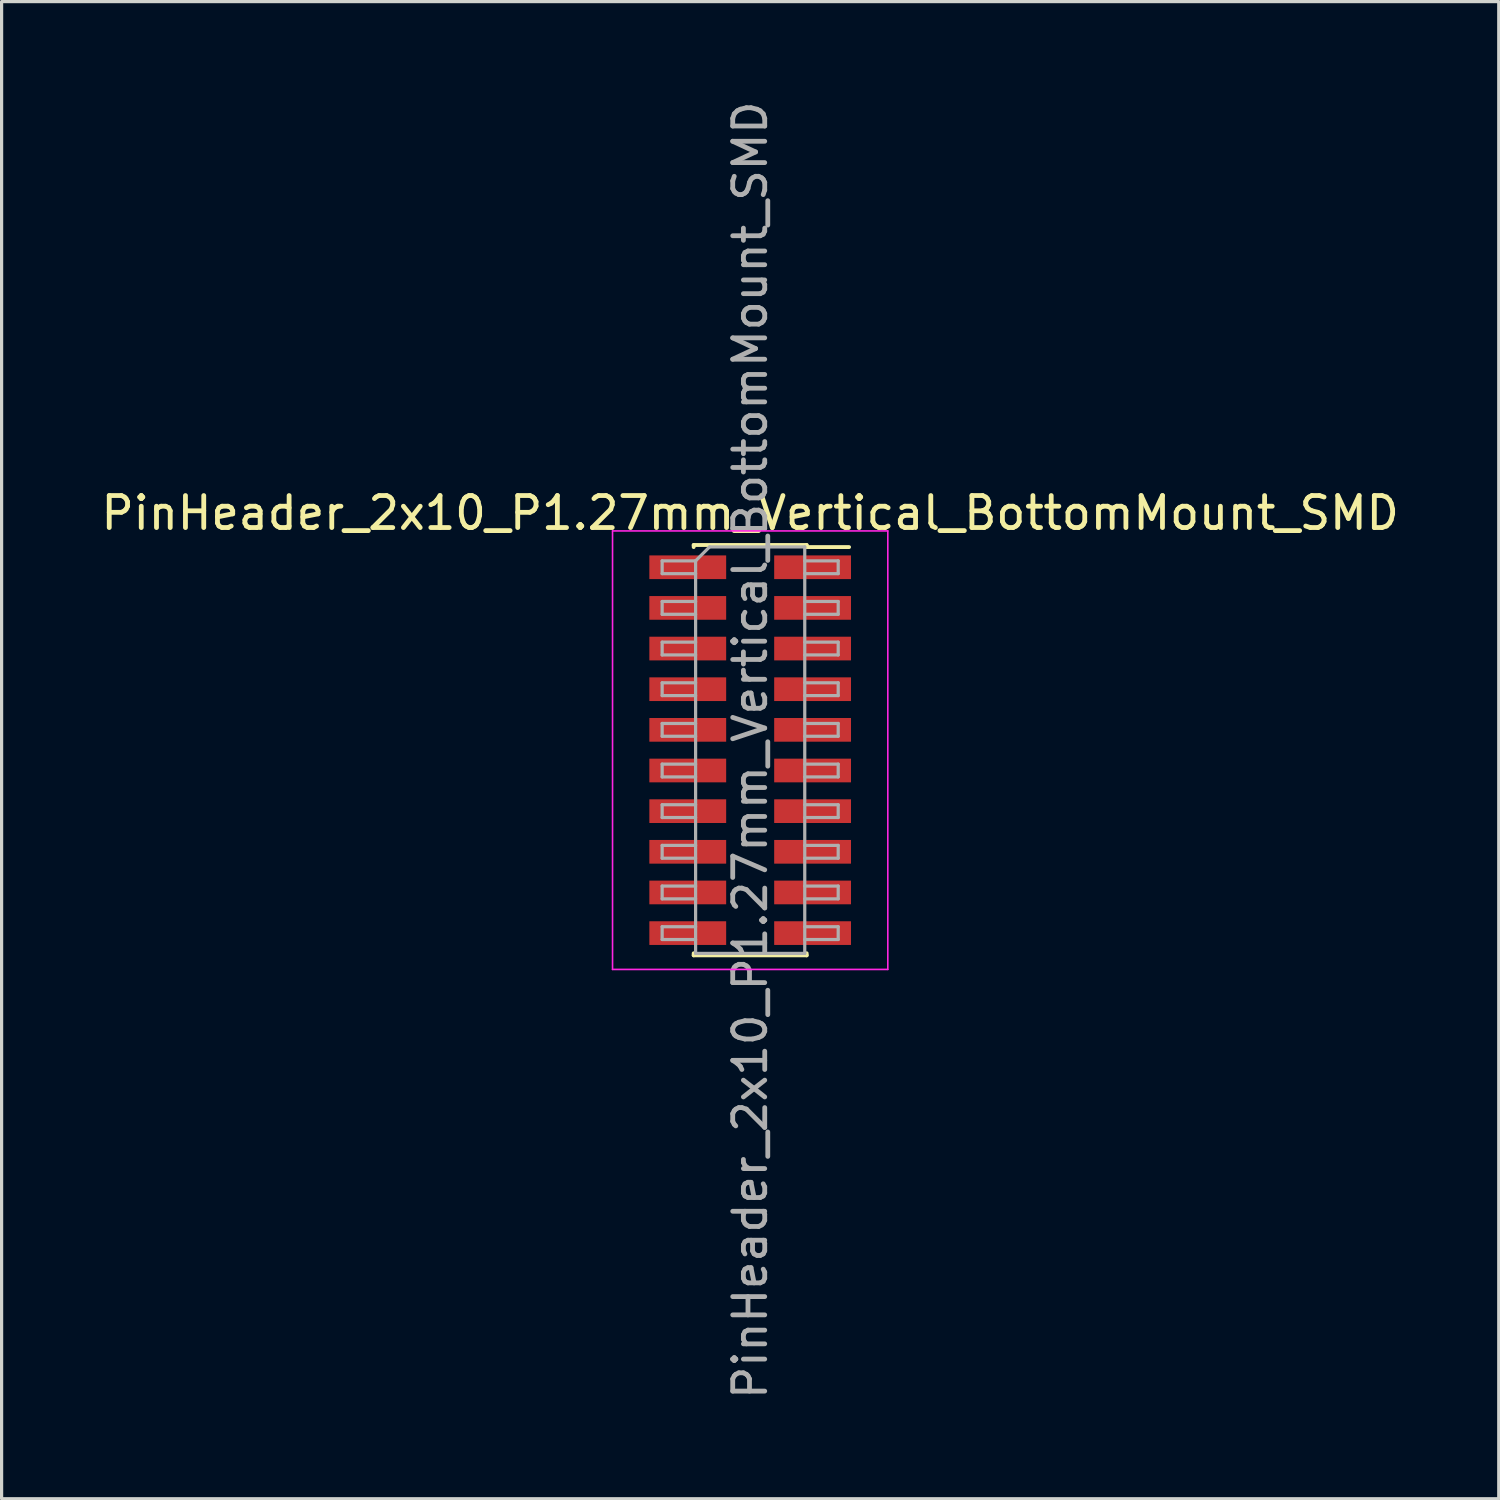
<source format=kicad_pcb>
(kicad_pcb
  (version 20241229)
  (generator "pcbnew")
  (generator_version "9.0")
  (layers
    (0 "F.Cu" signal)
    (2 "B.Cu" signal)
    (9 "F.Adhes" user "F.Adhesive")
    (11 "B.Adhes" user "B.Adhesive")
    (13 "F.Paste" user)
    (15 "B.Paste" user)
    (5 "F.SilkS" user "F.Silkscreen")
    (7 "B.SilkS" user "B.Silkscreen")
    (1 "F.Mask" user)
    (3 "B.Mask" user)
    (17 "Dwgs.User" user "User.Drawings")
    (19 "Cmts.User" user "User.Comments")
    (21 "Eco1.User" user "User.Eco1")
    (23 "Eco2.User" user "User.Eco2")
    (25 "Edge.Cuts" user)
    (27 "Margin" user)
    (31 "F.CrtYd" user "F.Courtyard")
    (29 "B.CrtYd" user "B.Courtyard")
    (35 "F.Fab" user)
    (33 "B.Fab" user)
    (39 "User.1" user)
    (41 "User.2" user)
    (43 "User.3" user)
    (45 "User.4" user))
  (footprint "PinHeader_2x10_P1.27mm_Vertical_BottomMount_SMD"
    (layer "F.Cu")
    (at 20.387 20.387)
    (property "Reference" "PinHeader_2x10_P1.27mm_Vertical_BottomMount_SMD" (at 0 -7.41 0) (layer "F.SilkS") (effects (font (size 1 1) (thickness 0.15))))
    (attr smd)
    (fp_line (start -1.765 -6.41) (end -1.765 -6.345) (stroke (width 0.12) (type solid)) (layer "F.SilkS"))
    (fp_line (start -1.765 -6.41) (end 1.765 -6.41) (stroke (width 0.12) (type solid)) (layer "F.SilkS"))
    (fp_line (start -1.765 6.345) (end -1.765 6.41) (stroke (width 0.12) (type solid)) (layer "F.SilkS"))
    (fp_line (start -1.765 6.41) (end 1.765 6.41) (stroke (width 0.12) (type solid)) (layer "F.SilkS"))
    (fp_line (start 1.765 -6.41) (end 1.765 -6.345) (stroke (width 0.12) (type solid)) (layer "F.SilkS"))
    (fp_line (start 1.765 -6.345) (end 3.09 -6.345) (stroke (width 0.12) (type solid)) (layer "F.SilkS"))
    (fp_line (start 1.765 6.345) (end 1.765 6.41) (stroke (width 0.12) (type solid)) (layer "F.SilkS"))
    (fp_line (start -4.3 -6.85) (end -4.3 6.85) (stroke (width 0.05) (type solid)) (layer "F.CrtYd"))
    (fp_line (start -4.3 6.85) (end 4.3 6.85) (stroke (width 0.05) (type solid)) (layer "F.CrtYd"))
    (fp_line (start 4.3 -6.85) (end -4.3 -6.85) (stroke (width 0.05) (type solid)) (layer "F.CrtYd"))
    (fp_line (start 4.3 6.85) (end 4.3 -6.85) (stroke (width 0.05) (type solid)) (layer "F.CrtYd"))
    (fp_line (start -2.75 -5.915) (end -2.75 -5.515) (stroke (width 0.1) (type solid)) (layer "F.Fab"))
    (fp_line (start -2.75 -5.515) (end -1.705 -5.515) (stroke (width 0.1) (type solid)) (layer "F.Fab"))
    (fp_line (start -2.75 -4.645) (end -2.75 -4.245) (stroke (width 0.1) (type solid)) (layer "F.Fab"))
    (fp_line (start -2.75 -4.245) (end -1.705 -4.245) (stroke (width 0.1) (type solid)) (layer "F.Fab"))
    (fp_line (start -2.75 -3.375) (end -2.75 -2.975) (stroke (width 0.1) (type solid)) (layer "F.Fab"))
    (fp_line (start -2.75 -2.975) (end -1.705 -2.975) (stroke (width 0.1) (type solid)) (layer "F.Fab"))
    (fp_line (start -2.75 -2.105) (end -2.75 -1.705) (stroke (width 0.1) (type solid)) (layer "F.Fab"))
    (fp_line (start -2.75 -1.705) (end -1.705 -1.705) (stroke (width 0.1) (type solid)) (layer "F.Fab"))
    (fp_line (start -2.75 -0.835) (end -2.75 -0.435) (stroke (width 0.1) (type solid)) (layer "F.Fab"))
    (fp_line (start -2.75 -0.435) (end -1.705 -0.435) (stroke (width 0.1) (type solid)) (layer "F.Fab"))
    (fp_line (start -2.75 0.435) (end -2.75 0.835) (stroke (width 0.1) (type solid)) (layer "F.Fab"))
    (fp_line (start -2.75 0.835) (end -1.705 0.835) (stroke (width 0.1) (type solid)) (layer "F.Fab"))
    (fp_line (start -2.75 1.705) (end -2.75 2.105) (stroke (width 0.1) (type solid)) (layer "F.Fab"))
    (fp_line (start -2.75 2.105) (end -1.705 2.105) (stroke (width 0.1) (type solid)) (layer "F.Fab"))
    (fp_line (start -2.75 2.975) (end -2.75 3.375) (stroke (width 0.1) (type solid)) (layer "F.Fab"))
    (fp_line (start -2.75 3.375) (end -1.705 3.375) (stroke (width 0.1) (type solid)) (layer "F.Fab"))
    (fp_line (start -2.75 4.245) (end -2.75 4.645) (stroke (width 0.1) (type solid)) (layer "F.Fab"))
    (fp_line (start -2.75 4.645) (end -1.705 4.645) (stroke (width 0.1) (type solid)) (layer "F.Fab"))
    (fp_line (start -2.75 5.515) (end -2.75 5.915) (stroke (width 0.1) (type solid)) (layer "F.Fab"))
    (fp_line (start -2.75 5.915) (end -1.705 5.915) (stroke (width 0.1) (type solid)) (layer "F.Fab"))
    (fp_line (start -1.705 -5.915) (end -2.75 -5.915) (stroke (width 0.1) (type solid)) (layer "F.Fab"))
    (fp_line (start -1.705 -5.915) (end -1.27 -6.35) (stroke (width 0.1) (type solid)) (layer "F.Fab"))
    (fp_line (start -1.705 -4.645) (end -2.75 -4.645) (stroke (width 0.1) (type solid)) (layer "F.Fab"))
    (fp_line (start -1.705 -3.375) (end -2.75 -3.375) (stroke (width 0.1) (type solid)) (layer "F.Fab"))
    (fp_line (start -1.705 -2.105) (end -2.75 -2.105) (stroke (width 0.1) (type solid)) (layer "F.Fab"))
    (fp_line (start -1.705 -0.835) (end -2.75 -0.835) (stroke (width 0.1) (type solid)) (layer "F.Fab"))
    (fp_line (start -1.705 0.435) (end -2.75 0.435) (stroke (width 0.1) (type solid)) (layer "F.Fab"))
    (fp_line (start -1.705 1.705) (end -2.75 1.705) (stroke (width 0.1) (type solid)) (layer "F.Fab"))
    (fp_line (start -1.705 2.975) (end -2.75 2.975) (stroke (width 0.1) (type solid)) (layer "F.Fab"))
    (fp_line (start -1.705 4.245) (end -2.75 4.245) (stroke (width 0.1) (type solid)) (layer "F.Fab"))
    (fp_line (start -1.705 5.515) (end -2.75 5.515) (stroke (width 0.1) (type solid)) (layer "F.Fab"))
    (fp_line (start -1.705 6.35) (end -1.705 -5.915) (stroke (width 0.1) (type solid)) (layer "F.Fab"))
    (fp_line (start -1.27 -6.35) (end 1.705 -6.35) (stroke (width 0.1) (type solid)) (layer "F.Fab"))
    (fp_line (start 1.705 -6.35) (end 1.705 6.35) (stroke (width 0.1) (type solid)) (layer "F.Fab"))
    (fp_line (start 1.705 -5.915) (end 2.75 -5.915) (stroke (width 0.1) (type solid)) (layer "F.Fab"))
    (fp_line (start 1.705 -4.645) (end 2.75 -4.645) (stroke (width 0.1) (type solid)) (layer "F.Fab"))
    (fp_line (start 1.705 -3.375) (end 2.75 -3.375) (stroke (width 0.1) (type solid)) (layer "F.Fab"))
    (fp_line (start 1.705 -2.105) (end 2.75 -2.105) (stroke (width 0.1) (type solid)) (layer "F.Fab"))
    (fp_line (start 1.705 -0.835) (end 2.75 -0.835) (stroke (width 0.1) (type solid)) (layer "F.Fab"))
    (fp_line (start 1.705 0.435) (end 2.75 0.435) (stroke (width 0.1) (type solid)) (layer "F.Fab"))
    (fp_line (start 1.705 1.705) (end 2.75 1.705) (stroke (width 0.1) (type solid)) (layer "F.Fab"))
    (fp_line (start 1.705 2.975) (end 2.75 2.975) (stroke (width 0.1) (type solid)) (layer "F.Fab"))
    (fp_line (start 1.705 4.245) (end 2.75 4.245) (stroke (width 0.1) (type solid)) (layer "F.Fab"))
    (fp_line (start 1.705 5.515) (end 2.75 5.515) (stroke (width 0.1) (type solid)) (layer "F.Fab"))
    (fp_line (start 1.705 6.35) (end -1.705 6.35) (stroke (width 0.1) (type solid)) (layer "F.Fab"))
    (fp_line (start 2.75 -5.915) (end 2.75 -5.515) (stroke (width 0.1) (type solid)) (layer "F.Fab"))
    (fp_line (start 2.75 -5.515) (end 1.705 -5.515) (stroke (width 0.1) (type solid)) (layer "F.Fab"))
    (fp_line (start 2.75 -4.645) (end 2.75 -4.245) (stroke (width 0.1) (type solid)) (layer "F.Fab"))
    (fp_line (start 2.75 -4.245) (end 1.705 -4.245) (stroke (width 0.1) (type solid)) (layer "F.Fab"))
    (fp_line (start 2.75 -3.375) (end 2.75 -2.975) (stroke (width 0.1) (type solid)) (layer "F.Fab"))
    (fp_line (start 2.75 -2.975) (end 1.705 -2.975) (stroke (width 0.1) (type solid)) (layer "F.Fab"))
    (fp_line (start 2.75 -2.105) (end 2.75 -1.705) (stroke (width 0.1) (type solid)) (layer "F.Fab"))
    (fp_line (start 2.75 -1.705) (end 1.705 -1.705) (stroke (width 0.1) (type solid)) (layer "F.Fab"))
    (fp_line (start 2.75 -0.835) (end 2.75 -0.435) (stroke (width 0.1) (type solid)) (layer "F.Fab"))
    (fp_line (start 2.75 -0.435) (end 1.705 -0.435) (stroke (width 0.1) (type solid)) (layer "F.Fab"))
    (fp_line (start 2.75 0.435) (end 2.75 0.835) (stroke (width 0.1) (type solid)) (layer "F.Fab"))
    (fp_line (start 2.75 0.835) (end 1.705 0.835) (stroke (width 0.1) (type solid)) (layer "F.Fab"))
    (fp_line (start 2.75 1.705) (end 2.75 2.105) (stroke (width 0.1) (type solid)) (layer "F.Fab"))
    (fp_line (start 2.75 2.105) (end 1.705 2.105) (stroke (width 0.1) (type solid)) (layer "F.Fab"))
    (fp_line (start 2.75 2.975) (end 2.75 3.375) (stroke (width 0.1) (type solid)) (layer "F.Fab"))
    (fp_line (start 2.75 3.375) (end 1.705 3.375) (stroke (width 0.1) (type solid)) (layer "F.Fab"))
    (fp_line (start 2.75 4.245) (end 2.75 4.645) (stroke (width 0.1) (type solid)) (layer "F.Fab"))
    (fp_line (start 2.75 4.645) (end 1.705 4.645) (stroke (width 0.1) (type solid)) (layer "F.Fab"))
    (fp_line (start 2.75 5.515) (end 2.75 5.915) (stroke (width 0.1) (type solid)) (layer "F.Fab"))
    (fp_line (start 2.75 5.915) (end 1.705 5.915) (stroke (width 0.1) (type solid)) (layer "F.Fab"))
    (fp_text user "${REFERENCE}" (at 0 0 90) (layer "F.Fab") (effects (font (size 1 1) (thickness 0.15))))
    (pad "1" smd rect (at 1.95 -5.715) (size 2.4 0.74) (layers "F.Cu" "F.Mask" "F.Paste"))
    (pad "2" smd rect (at -1.95 -5.715) (size 2.4 0.74) (layers "F.Cu" "F.Mask" "F.Paste"))
    (pad "3" smd rect (at 1.95 -4.445) (size 2.4 0.74) (layers "F.Cu" "F.Mask" "F.Paste"))
    (pad "4" smd rect (at -1.95 -4.445) (size 2.4 0.74) (layers "F.Cu" "F.Mask" "F.Paste"))
    (pad "5" smd rect (at 1.95 -3.175) (size 2.4 0.74) (layers "F.Cu" "F.Mask" "F.Paste"))
    (pad "6" smd rect (at -1.95 -3.175) (size 2.4 0.74) (layers "F.Cu" "F.Mask" "F.Paste"))
    (pad "7" smd rect (at 1.95 -1.905) (size 2.4 0.74) (layers "F.Cu" "F.Mask" "F.Paste"))
    (pad "8" smd rect (at -1.95 -1.905) (size 2.4 0.74) (layers "F.Cu" "F.Mask" "F.Paste"))
    (pad "9" smd rect (at 1.95 -0.635) (size 2.4 0.74) (layers "F.Cu" "F.Mask" "F.Paste"))
    (pad "10" smd rect (at -1.95 -0.635) (size 2.4 0.74) (layers "F.Cu" "F.Mask" "F.Paste"))
    (pad "11" smd rect (at 1.95 0.635) (size 2.4 0.74) (layers "F.Cu" "F.Mask" "F.Paste"))
    (pad "12" smd rect (at -1.95 0.635) (size 2.4 0.74) (layers "F.Cu" "F.Mask" "F.Paste"))
    (pad "13" smd rect (at 1.95 1.905) (size 2.4 0.74) (layers "F.Cu" "F.Mask" "F.Paste"))
    (pad "14" smd rect (at -1.95 1.905) (size 2.4 0.74) (layers "F.Cu" "F.Mask" "F.Paste"))
    (pad "15" smd rect (at 1.95 3.175) (size 2.4 0.74) (layers "F.Cu" "F.Mask" "F.Paste"))
    (pad "16" smd rect (at -1.95 3.175) (size 2.4 0.74) (layers "F.Cu" "F.Mask" "F.Paste"))
    (pad "17" smd rect (at 1.95 4.445) (size 2.4 0.74) (layers "F.Cu" "F.Mask" "F.Paste"))
    (pad "18" smd rect (at -1.95 4.445) (size 2.4 0.74) (layers "F.Cu" "F.Mask" "F.Paste"))
    (pad "19" smd rect (at 1.95 5.715) (size 2.4 0.74) (layers "F.Cu" "F.Mask" "F.Paste"))
    (pad "20" smd rect (at -1.95 5.715) (size 2.4 0.74) (layers "F.Cu" "F.Mask" "F.Paste")))
  (gr_rect
    (start -3 -3)
    (end 43.774 43.774)
    (stroke (width 0.1) (type default))
    (fill no)
    (layer "Edge.Cuts")))
</source>
